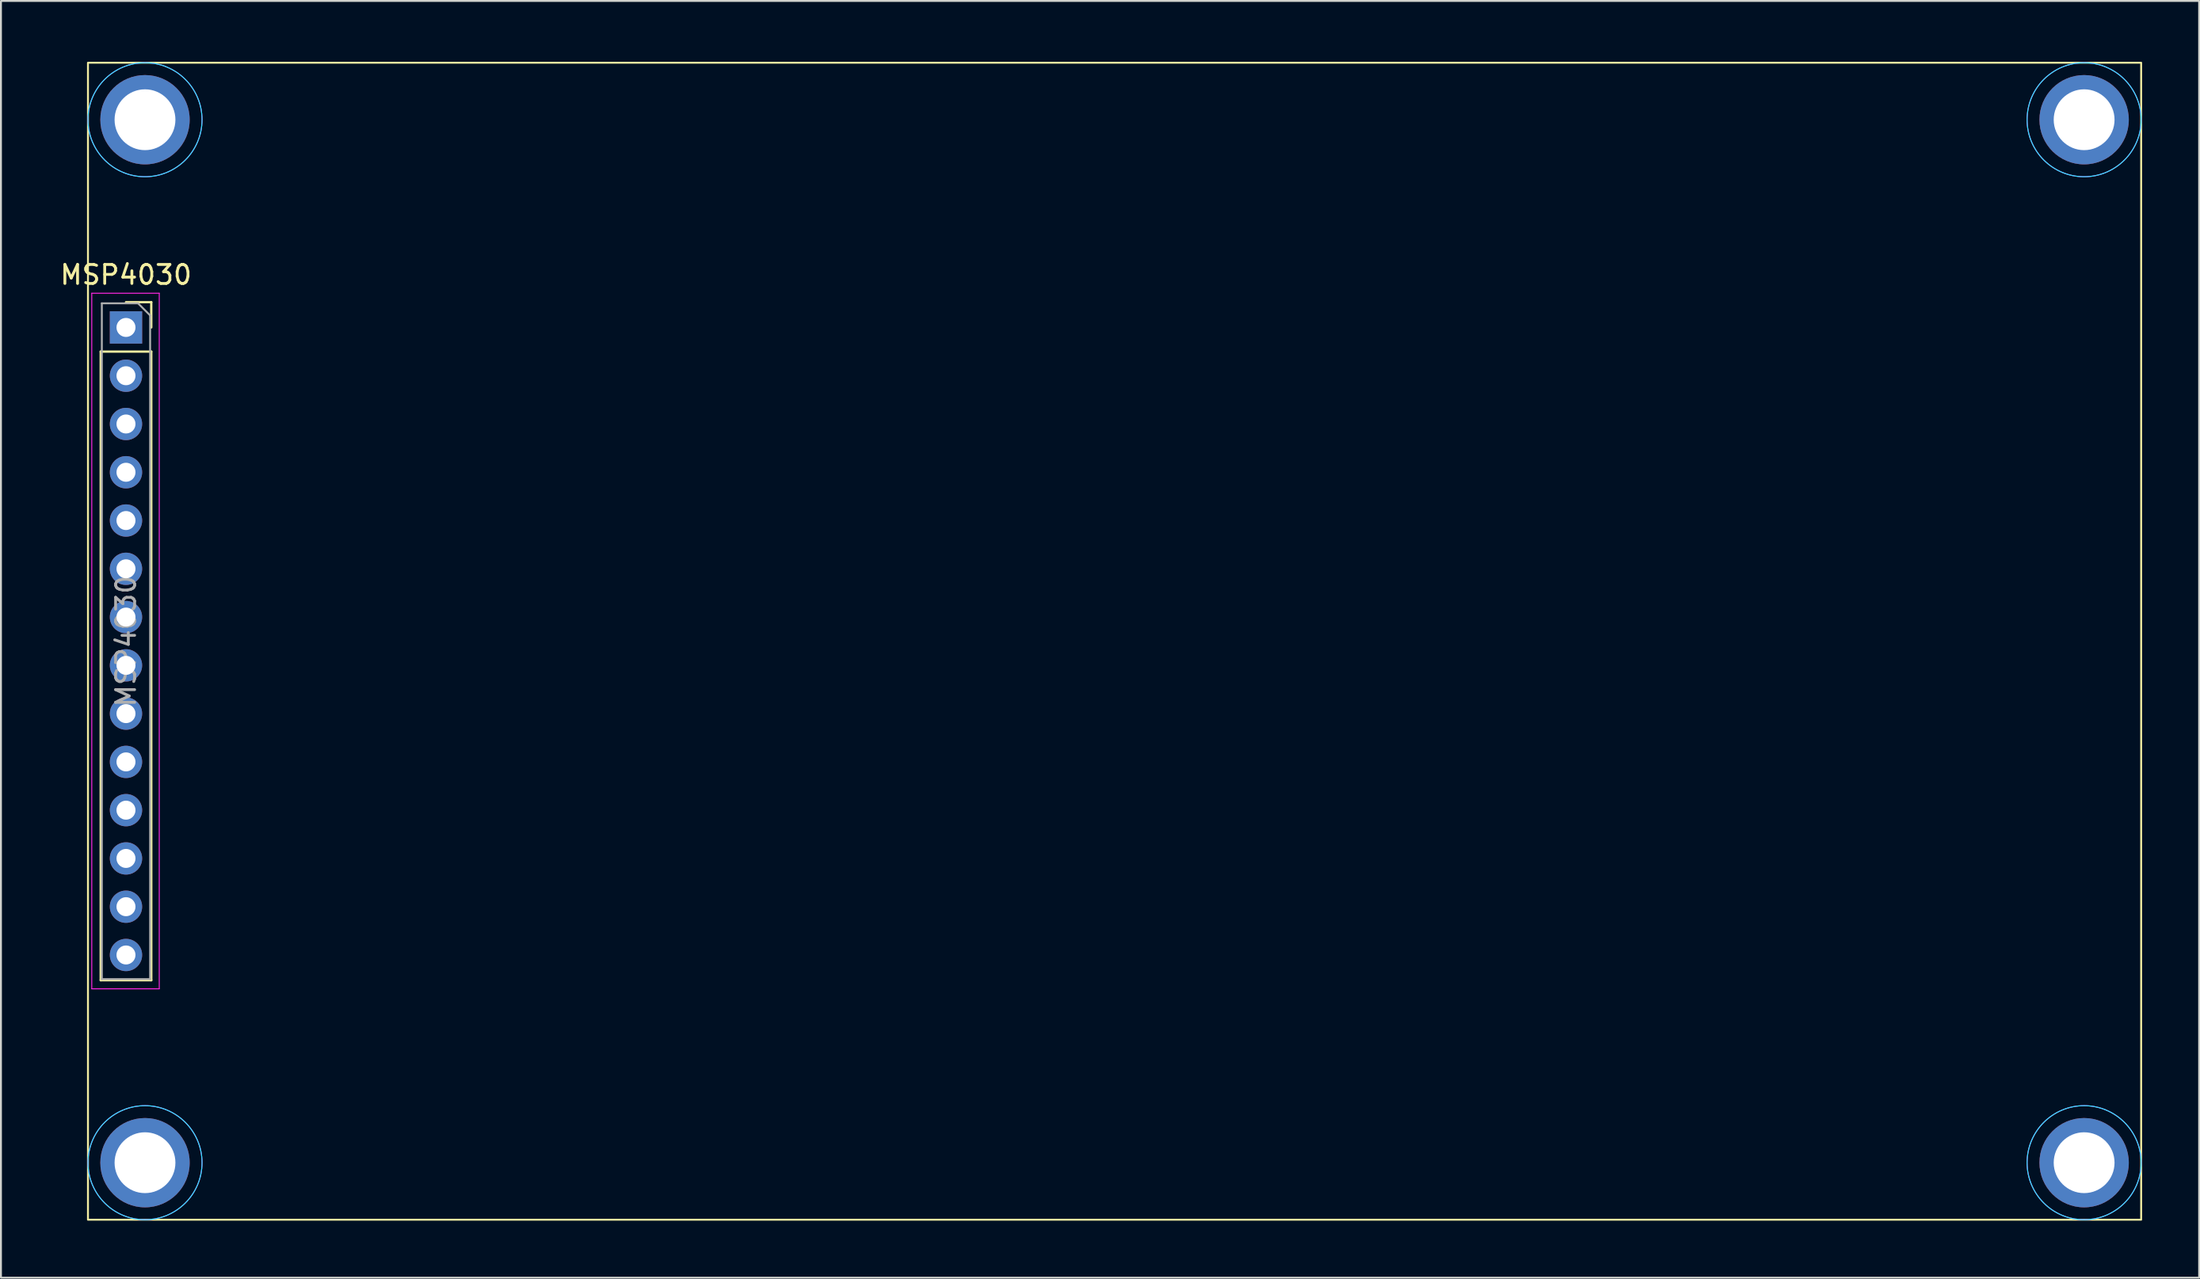
<source format=kicad_pcb>
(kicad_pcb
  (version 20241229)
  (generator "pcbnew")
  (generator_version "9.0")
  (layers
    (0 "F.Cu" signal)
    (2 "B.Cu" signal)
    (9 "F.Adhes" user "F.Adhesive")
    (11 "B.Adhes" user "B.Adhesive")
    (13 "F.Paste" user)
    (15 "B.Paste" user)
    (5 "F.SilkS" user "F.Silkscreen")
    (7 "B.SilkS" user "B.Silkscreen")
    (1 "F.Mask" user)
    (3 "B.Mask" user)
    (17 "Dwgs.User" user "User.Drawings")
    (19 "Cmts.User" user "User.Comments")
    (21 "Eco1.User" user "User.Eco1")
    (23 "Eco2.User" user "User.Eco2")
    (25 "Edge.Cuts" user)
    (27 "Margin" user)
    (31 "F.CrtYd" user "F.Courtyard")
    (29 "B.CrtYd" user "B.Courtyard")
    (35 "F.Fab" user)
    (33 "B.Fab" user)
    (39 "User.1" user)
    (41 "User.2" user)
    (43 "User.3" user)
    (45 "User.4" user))
  (footprint "MSP4030"
    (layer "F.Cu")
    (at 1.577 0.25)
    (property "Reference" "MSP4030" (at 2 11.16 0) (layer "F.SilkS") (effects (font (size 1 1) (thickness 0.15))))
    (attr through_hole)
    (fp_line (start 0.67 15.2) (end 0.67 48.28) (stroke (width 0.12) (type solid)) (layer "F.SilkS"))
    (fp_line (start 0.67 15.2) (end 3.33 15.2) (stroke (width 0.12) (type solid)) (layer "F.SilkS"))
    (fp_line (start 0.67 48.28) (end 3.33 48.28) (stroke (width 0.12) (type solid)) (layer "F.SilkS"))
    (fp_line (start 2 12.6) (end 3.33 12.6) (stroke (width 0.12) (type solid)) (layer "F.SilkS"))
    (fp_line (start 3.33 12.6) (end 3.33 13.93) (stroke (width 0.12) (type solid)) (layer "F.SilkS"))
    (fp_line (start 3.33 15.2) (end 3.33 48.28) (stroke (width 0.12) (type solid)) (layer "F.SilkS"))
    (fp_rect (start 0 0) (end 108 60.88) (stroke (width 0.1) (type solid)) (fill no) (layer "F.SilkS"))
    (fp_circle (center 3 3) (end 6 3) (stroke (width 0.05) (type solid)) (fill no) (layer "B.CrtYd"))
    (fp_circle (center 3 57.88) (end 6 57.88) (stroke (width 0.05) (type solid)) (fill no) (layer "B.CrtYd"))
    (fp_circle (center 105 3) (end 108 3) (stroke (width 0.05) (type solid)) (fill no) (layer "B.CrtYd"))
    (fp_circle (center 105 57.88) (end 108 57.88) (stroke (width 0.05) (type solid)) (fill no) (layer "B.CrtYd"))
    (fp_line (start 0.2 12.13) (end 3.75 12.13) (stroke (width 0.05) (type solid)) (layer "F.CrtYd"))
    (fp_line (start 0.2 48.73) (end 0.2 12.13) (stroke (width 0.05) (type solid)) (layer "F.CrtYd"))
    (fp_line (start 3.75 12.13) (end 3.75 48.73) (stroke (width 0.05) (type solid)) (layer "F.CrtYd"))
    (fp_line (start 3.75 48.73) (end 0.2 48.73) (stroke (width 0.05) (type solid)) (layer "F.CrtYd"))
    (fp_circle (center 3 3) (end 6 3) (stroke (width 0.05) (type solid)) (fill no) (layer "F.CrtYd"))
    (fp_circle (center 3 57.88) (end 6 57.88) (stroke (width 0.05) (type solid)) (fill no) (layer "F.CrtYd"))
    (fp_circle (center 105 3) (end 108 3) (stroke (width 0.05) (type solid)) (fill no) (layer "F.CrtYd"))
    (fp_circle (center 105 57.88) (end 108 57.88) (stroke (width 0.05) (type solid)) (fill no) (layer "F.CrtYd"))
    (fp_line (start 0.73 12.66) (end 2.635 12.66) (stroke (width 0.1) (type solid)) (layer "F.Fab"))
    (fp_line (start 0.73 48.22) (end 0.73 12.66) (stroke (width 0.1) (type solid)) (layer "F.Fab"))
    (fp_line (start 2.635 12.66) (end 3.27 13.295) (stroke (width 0.1) (type solid)) (layer "F.Fab"))
    (fp_line (start 3.27 13.295) (end 3.27 48.22) (stroke (width 0.1) (type solid)) (layer "F.Fab"))
    (fp_line (start 3.27 48.22) (end 0.73 48.22) (stroke (width 0.1) (type solid)) (layer "F.Fab"))
    (fp_text user "${REFERENCE}" (at 2 30.44 90) (layer "F.Fab") (effects (font (size 1 1) (thickness 0.15))))
    (pad "" np_thru_hole circle (at 3 3) (size 4.7 4.7) (drill 3.2) (layers "*.Cu" "*.Mask"))
    (pad "" np_thru_hole circle (at 3 57.88) (size 4.7 4.7) (drill 3.2) (layers "*.Cu" "*.Mask"))
    (pad "" np_thru_hole circle (at 105 3) (size 4.7 4.7) (drill 3.2) (layers "*.Cu" "*.Mask"))
    (pad "" np_thru_hole circle (at 105 57.88) (size 4.7 4.7) (drill 3.2) (layers "*.Cu" "*.Mask"))
    (pad "1" thru_hole rect (at 2 13.93) (size 1.7 1.7) (drill 1) (layers "*.Cu" "*.Mask"))
    (pad "2" thru_hole circle (at 2 16.47) (size 1.7 1.7) (drill 1) (layers "*.Cu" "*.Mask"))
    (pad "3" thru_hole circle (at 2 19.01) (size 1.7 1.7) (drill 1) (layers "*.Cu" "*.Mask"))
    (pad "4" thru_hole circle (at 2 21.55) (size 1.7 1.7) (drill 1) (layers "*.Cu" "*.Mask"))
    (pad "5" thru_hole circle (at 2 24.09) (size 1.7 1.7) (drill 1) (layers "*.Cu" "*.Mask"))
    (pad "6" thru_hole circle (at 2 26.63) (size 1.7 1.7) (drill 1) (layers "*.Cu" "*.Mask"))
    (pad "7" thru_hole circle (at 2 29.17) (size 1.7 1.7) (drill 1) (layers "*.Cu" "*.Mask"))
    (pad "8" thru_hole circle (at 2 31.71) (size 1.7 1.7) (drill 1) (layers "*.Cu" "*.Mask"))
    (pad "9" thru_hole circle (at 2 34.25) (size 1.7 1.7) (drill 1) (layers "*.Cu" "*.Mask"))
    (pad "10" thru_hole circle (at 2 36.79) (size 1.7 1.7) (drill 1) (layers "*.Cu" "*.Mask"))
    (pad "11" thru_hole circle (at 2 39.33) (size 1.7 1.7) (drill 1) (layers "*.Cu" "*.Mask"))
    (pad "12" thru_hole circle (at 2 41.87) (size 1.7 1.7) (drill 1) (layers "*.Cu" "*.Mask"))
    (pad "13" thru_hole circle (at 2 44.41) (size 1.7 1.7) (drill 1) (layers "*.Cu" "*.Mask"))
    (pad "14" thru_hole circle (at 2 46.95) (size 1.7 1.7) (drill 1) (layers "*.Cu" "*.Mask")))
  (gr_rect
    (start -3 -3)
    (end 112.627 64.18)
    (stroke (width 0.1) (type default))
    (fill no)
    (layer "Edge.Cuts")))
</source>
